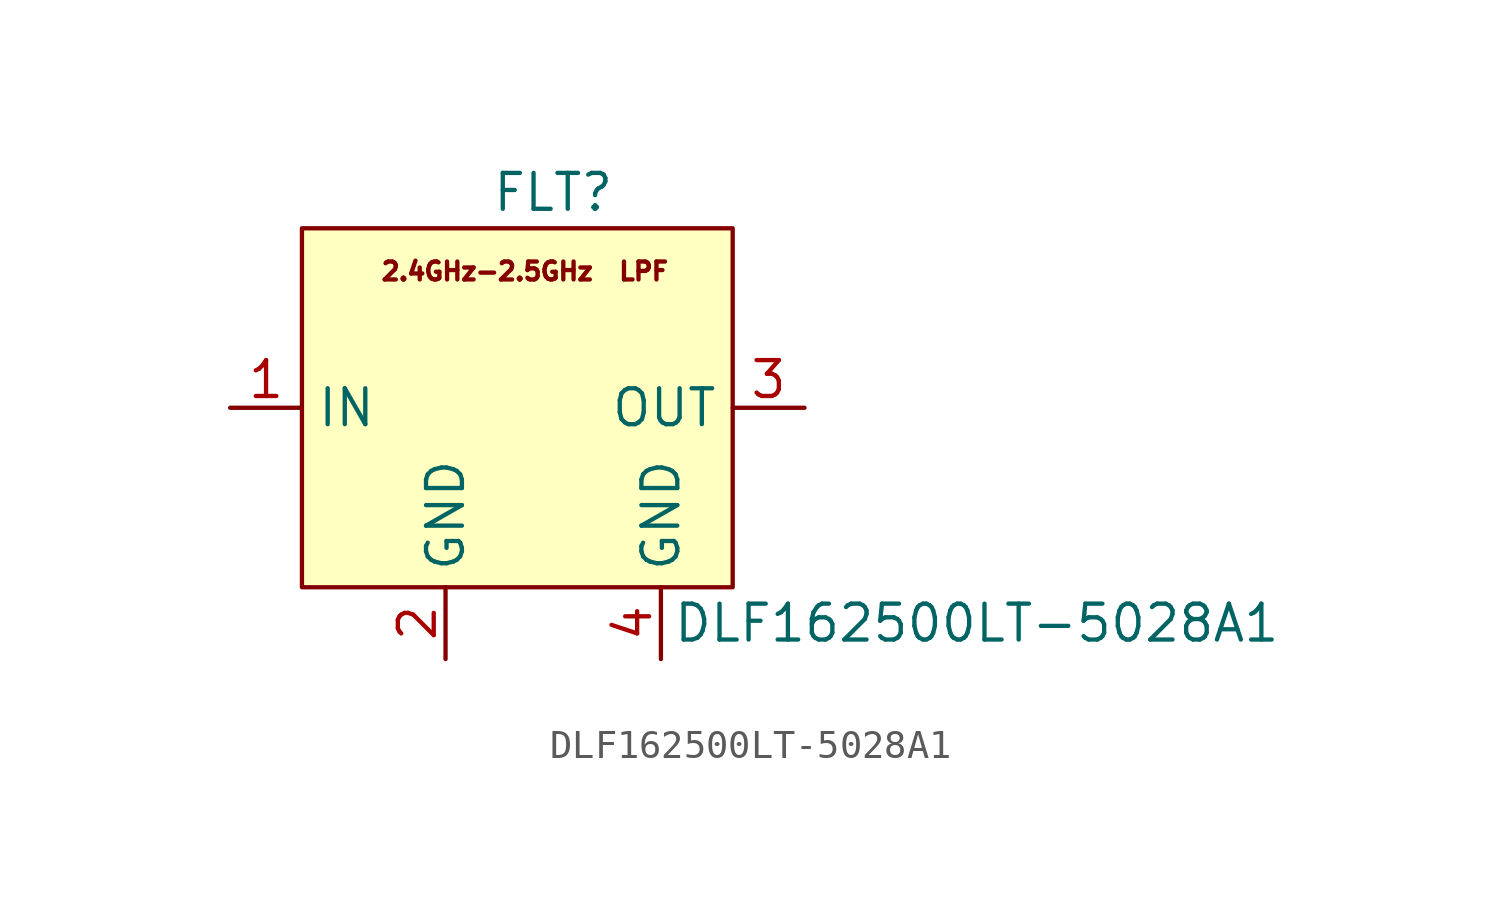
<source format=kicad_sym>
(kicad_symbol_lib
  (version 20241209)
  (generator "kicad_symbol_editor")
  (generator_version "9.0")
  (symbol "DLF162500LT-5028A1"
    (property "Reference" "FLT"
      (at 0 5.08 0)
      (effects (font (size 1.27 1.27))))
    (property "Value" "DLF162500LT-5028A1"
      (at 14.986 -10.16 0)
      (effects (font (size 1.27 1.27))))
    (symbol "DLF162500LT-5028A1_0_0"
      (pin passive line (at -11.43 -2.54 0) (length 2.54) (name "IN" (effects (font (size 1.27 1.27)))) (number "1" (effects (font (size 1.27 1.27)))))
      (pin passive line (at -3.81 -11.43 90) (length 2.54) (name "GND" (effects (font (size 1.27 1.27)))) (number "2" (effects (font (size 1.27 1.27)))))
      (pin passive line (at 3.81 -11.43 90) (length 2.54) (name "GND" (effects (font (size 1.27 1.27)))) (number "4" (effects (font (size 1.27 1.27)))))
      (pin passive line (at 8.89 -2.54 180) (length 2.54) (name "OUT" (effects (font (size 1.27 1.27)))) (number "3" (effects (font (size 1.27 1.27))))))
    (symbol "DLF162500LT-5028A1_1_1"
      (rectangle (start -8.89 3.81) (end 6.35 -8.89) (stroke (width 0) (type solid)) (fill (type background)))
      (text "2.4GHz-2.5GHz  LPF " (at -0.762 2.286 0) (effects (font (size 0.635 0.635)))))))
</source>
